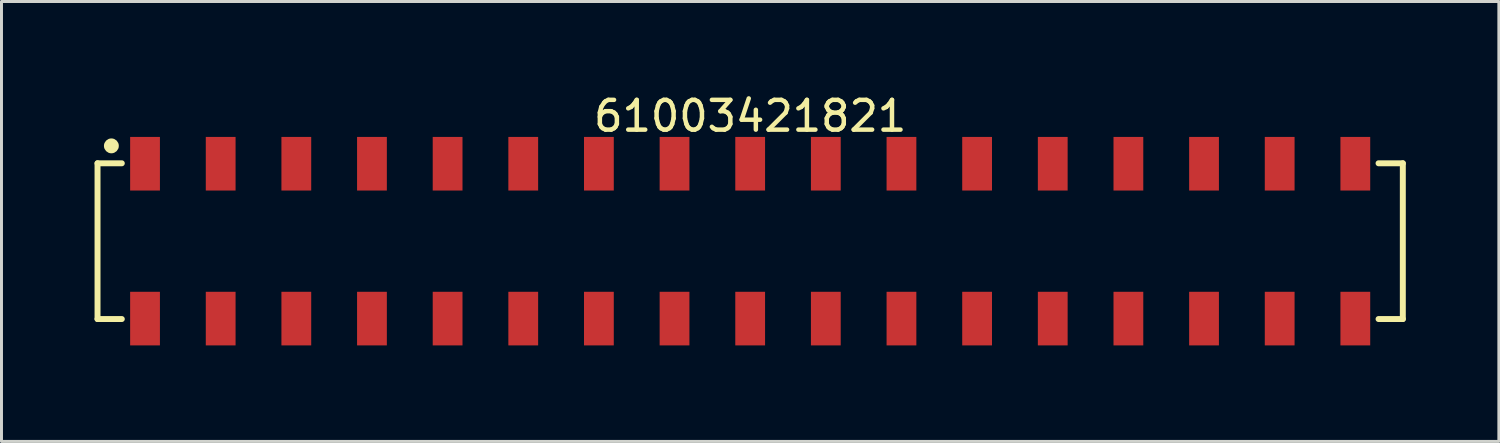
<source format=kicad_pcb>
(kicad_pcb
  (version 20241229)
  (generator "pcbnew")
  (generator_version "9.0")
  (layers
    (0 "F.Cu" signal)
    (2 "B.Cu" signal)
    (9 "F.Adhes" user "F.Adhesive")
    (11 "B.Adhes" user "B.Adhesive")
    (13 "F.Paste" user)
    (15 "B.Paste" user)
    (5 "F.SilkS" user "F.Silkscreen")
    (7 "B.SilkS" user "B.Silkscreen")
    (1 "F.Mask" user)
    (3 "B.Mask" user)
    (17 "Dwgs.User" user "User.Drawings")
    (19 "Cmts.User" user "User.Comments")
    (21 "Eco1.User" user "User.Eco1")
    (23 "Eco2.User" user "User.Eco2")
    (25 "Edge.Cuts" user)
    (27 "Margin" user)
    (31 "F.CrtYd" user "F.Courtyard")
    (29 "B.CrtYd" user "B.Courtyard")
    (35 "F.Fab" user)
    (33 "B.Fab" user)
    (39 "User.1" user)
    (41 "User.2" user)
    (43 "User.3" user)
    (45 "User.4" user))
  (footprint "61003421821"
    (layer "F.Cu")
    (at 22.14 5.048)
    (property "Reference" "61003421821" (at 0 -4.2 0) (layer "F.SilkS") (effects (font (size 1 1) (thickness 0.15))))
    (fp_line (start -21.915 -2.615) (end -21.1 -2.615) (stroke (width 0.2) (type solid)) (layer "F.SilkS"))
    (fp_line (start -21.915 2.615) (end -21.915 -2.615) (stroke (width 0.2) (type solid)) (layer "F.SilkS"))
    (fp_line (start -21.915 2.615) (end -21.1 2.615) (stroke (width 0.2) (type solid)) (layer "F.SilkS"))
    (fp_line (start 21.1 -2.615) (end 21.915 -2.615) (stroke (width 0.2) (type solid)) (layer "F.SilkS"))
    (fp_line (start 21.1 2.615) (end 21.915 2.615) (stroke (width 0.2) (type solid)) (layer "F.SilkS"))
    (fp_line (start 21.915 2.615) (end 21.915 -2.615) (stroke (width 0.2) (type solid)) (layer "F.SilkS"))
    (fp_circle (center -21.45 -3.2) (end -21.45 -3.325) (stroke (width 0.25) (type solid)) (fill no) (layer "F.SilkS"))
    (fp_line (start -22.115 -3.7) (end 22.115 -3.7) (stroke (width 0.05) (type solid)) (layer "Eco2.User"))
    (fp_line (start -22.115 3.7) (end -22.115 -3.7) (stroke (width 0.05) (type solid)) (layer "Eco2.User"))
    (fp_line (start -22.115 3.7) (end 22.115 3.7) (stroke (width 0.05) (type solid)) (layer "Eco2.User"))
    (fp_line (start -21.84 -2.54) (end 21.84 -2.54) (stroke (width 0.1) (type solid)) (layer "Eco2.User"))
    (fp_line (start -21.84 2.54) (end -21.84 -2.54) (stroke (width 0.1) (type solid)) (layer "Eco2.User"))
    (fp_line (start -21.84 2.54) (end 21.84 2.54) (stroke (width 0.1) (type solid)) (layer "Eco2.User"))
    (fp_line (start -20.64 -3.35) (end -20 -3.35) (stroke (width 0.1) (type solid)) (layer "Eco2.User"))
    (fp_line (start -20.64 -2.54) (end -20.64 -3.35) (stroke (width 0.1) (type solid)) (layer "Eco2.User"))
    (fp_line (start -20.64 3.35) (end -20.64 2.54) (stroke (width 0.1) (type solid)) (layer "Eco2.User"))
    (fp_line (start -20.64 3.35) (end -20 3.35) (stroke (width 0.1) (type solid)) (layer "Eco2.User"))
    (fp_line (start -20 -2.54) (end -20 -3.35) (stroke (width 0.1) (type solid)) (layer "Eco2.User"))
    (fp_line (start -20 3.35) (end -20 2.54) (stroke (width 0.1) (type solid)) (layer "Eco2.User"))
    (fp_line (start -18.1 -3.35) (end -17.46 -3.35) (stroke (width 0.1) (type solid)) (layer "Eco2.User"))
    (fp_line (start -18.1 -2.54) (end -18.1 -3.35) (stroke (width 0.1) (type solid)) (layer "Eco2.User"))
    (fp_line (start -18.1 3.35) (end -18.1 2.54) (stroke (width 0.1) (type solid)) (layer "Eco2.User"))
    (fp_line (start -18.1 3.35) (end -17.46 3.35) (stroke (width 0.1) (type solid)) (layer "Eco2.User"))
    (fp_line (start -17.46 -2.54) (end -17.46 -3.35) (stroke (width 0.1) (type solid)) (layer "Eco2.User"))
    (fp_line (start -17.46 3.35) (end -17.46 2.54) (stroke (width 0.1) (type solid)) (layer "Eco2.User"))
    (fp_line (start -15.56 -3.35) (end -14.92 -3.35) (stroke (width 0.1) (type solid)) (layer "Eco2.User"))
    (fp_line (start -15.56 -2.54) (end -15.56 -3.35) (stroke (width 0.1) (type solid)) (layer "Eco2.User"))
    (fp_line (start -15.56 3.35) (end -15.56 2.54) (stroke (width 0.1) (type solid)) (layer "Eco2.User"))
    (fp_line (start -15.56 3.35) (end -14.92 3.35) (stroke (width 0.1) (type solid)) (layer "Eco2.User"))
    (fp_line (start -14.92 -2.54) (end -14.92 -3.35) (stroke (width 0.1) (type solid)) (layer "Eco2.User"))
    (fp_line (start -14.92 3.35) (end -14.92 2.54) (stroke (width 0.1) (type solid)) (layer "Eco2.User"))
    (fp_line (start -13.02 -3.35) (end -12.38 -3.35) (stroke (width 0.1) (type solid)) (layer "Eco2.User"))
    (fp_line (start -13.02 -2.54) (end -13.02 -3.35) (stroke (width 0.1) (type solid)) (layer "Eco2.User"))
    (fp_line (start -13.02 3.35) (end -13.02 2.54) (stroke (width 0.1) (type solid)) (layer "Eco2.User"))
    (fp_line (start -13.02 3.35) (end -12.38 3.35) (stroke (width 0.1) (type solid)) (layer "Eco2.User"))
    (fp_line (start -12.38 -2.54) (end -12.38 -3.35) (stroke (width 0.1) (type solid)) (layer "Eco2.User"))
    (fp_line (start -12.38 3.35) (end -12.38 2.54) (stroke (width 0.1) (type solid)) (layer "Eco2.User"))
    (fp_line (start -10.48 -3.35) (end -9.84 -3.35) (stroke (width 0.1) (type solid)) (layer "Eco2.User"))
    (fp_line (start -10.48 -2.54) (end -10.48 -3.35) (stroke (width 0.1) (type solid)) (layer "Eco2.User"))
    (fp_line (start -10.48 3.35) (end -10.48 2.54) (stroke (width 0.1) (type solid)) (layer "Eco2.User"))
    (fp_line (start -10.48 3.35) (end -9.84 3.35) (stroke (width 0.1) (type solid)) (layer "Eco2.User"))
    (fp_line (start -9.84 -2.54) (end -9.84 -3.35) (stroke (width 0.1) (type solid)) (layer "Eco2.User"))
    (fp_line (start -9.84 3.35) (end -9.84 2.54) (stroke (width 0.1) (type solid)) (layer "Eco2.User"))
    (fp_line (start -7.94 -3.35) (end -7.3 -3.35) (stroke (width 0.1) (type solid)) (layer "Eco2.User"))
    (fp_line (start -7.94 -2.54) (end -7.94 -3.35) (stroke (width 0.1) (type solid)) (layer "Eco2.User"))
    (fp_line (start -7.94 3.35) (end -7.94 2.54) (stroke (width 0.1) (type solid)) (layer "Eco2.User"))
    (fp_line (start -7.94 3.35) (end -7.3 3.35) (stroke (width 0.1) (type solid)) (layer "Eco2.User"))
    (fp_line (start -7.3 -2.54) (end -7.3 -3.35) (stroke (width 0.1) (type solid)) (layer "Eco2.User"))
    (fp_line (start -7.3 3.35) (end -7.3 2.54) (stroke (width 0.1) (type solid)) (layer "Eco2.User"))
    (fp_line (start -5.4 -3.35) (end -4.76 -3.35) (stroke (width 0.1) (type solid)) (layer "Eco2.User"))
    (fp_line (start -5.4 -2.54) (end -5.4 -3.35) (stroke (width 0.1) (type solid)) (layer "Eco2.User"))
    (fp_line (start -5.4 3.35) (end -5.4 2.54) (stroke (width 0.1) (type solid)) (layer "Eco2.User"))
    (fp_line (start -5.4 3.35) (end -4.76 3.35) (stroke (width 0.1) (type solid)) (layer "Eco2.User"))
    (fp_line (start -4.76 -2.54) (end -4.76 -3.35) (stroke (width 0.1) (type solid)) (layer "Eco2.User"))
    (fp_line (start -4.76 3.35) (end -4.76 2.54) (stroke (width 0.1) (type solid)) (layer "Eco2.User"))
    (fp_line (start -2.86 -3.35) (end -2.22 -3.35) (stroke (width 0.1) (type solid)) (layer "Eco2.User"))
    (fp_line (start -2.86 -2.54) (end -2.86 -3.35) (stroke (width 0.1) (type solid)) (layer "Eco2.User"))
    (fp_line (start -2.86 3.35) (end -2.86 2.54) (stroke (width 0.1) (type solid)) (layer "Eco2.User"))
    (fp_line (start -2.86 3.35) (end -2.22 3.35) (stroke (width 0.1) (type solid)) (layer "Eco2.User"))
    (fp_line (start -2.22 -2.54) (end -2.22 -3.35) (stroke (width 0.1) (type solid)) (layer "Eco2.User"))
    (fp_line (start -2.22 3.35) (end -2.22 2.54) (stroke (width 0.1) (type solid)) (layer "Eco2.User"))
    (fp_line (start -0.5 0) (end 0.5 0) (stroke (width 0.05) (type solid)) (layer "Eco2.User"))
    (fp_line (start -0.32 -3.35) (end 0.32 -3.35) (stroke (width 0.1) (type solid)) (layer "Eco2.User"))
    (fp_line (start -0.32 -2.54) (end -0.32 -3.35) (stroke (width 0.1) (type solid)) (layer "Eco2.User"))
    (fp_line (start -0.32 3.35) (end -0.32 2.54) (stroke (width 0.1) (type solid)) (layer "Eco2.User"))
    (fp_line (start -0.32 3.35) (end 0.32 3.35) (stroke (width 0.1) (type solid)) (layer "Eco2.User"))
    (fp_line (start 0 0.5) (end 0 -0.5) (stroke (width 0.05) (type solid)) (layer "Eco2.User"))
    (fp_line (start 0.32 -2.54) (end 0.32 -3.35) (stroke (width 0.1) (type solid)) (layer "Eco2.User"))
    (fp_line (start 0.32 3.35) (end 0.32 2.54) (stroke (width 0.1) (type solid)) (layer "Eco2.User"))
    (fp_line (start 2.22 -3.35) (end 2.86 -3.35) (stroke (width 0.1) (type solid)) (layer "Eco2.User"))
    (fp_line (start 2.22 -2.54) (end 2.22 -3.35) (stroke (width 0.1) (type solid)) (layer "Eco2.User"))
    (fp_line (start 2.22 3.35) (end 2.22 2.54) (stroke (width 0.1) (type solid)) (layer "Eco2.User"))
    (fp_line (start 2.22 3.35) (end 2.86 3.35) (stroke (width 0.1) (type solid)) (layer "Eco2.User"))
    (fp_line (start 2.86 -2.54) (end 2.86 -3.35) (stroke (width 0.1) (type solid)) (layer "Eco2.User"))
    (fp_line (start 2.86 3.35) (end 2.86 2.54) (stroke (width 0.1) (type solid)) (layer "Eco2.User"))
    (fp_line (start 4.76 -3.35) (end 5.4 -3.35) (stroke (width 0.1) (type solid)) (layer "Eco2.User"))
    (fp_line (start 4.76 -2.54) (end 4.76 -3.35) (stroke (width 0.1) (type solid)) (layer "Eco2.User"))
    (fp_line (start 4.76 3.35) (end 4.76 2.54) (stroke (width 0.1) (type solid)) (layer "Eco2.User"))
    (fp_line (start 4.76 3.35) (end 5.4 3.35) (stroke (width 0.1) (type solid)) (layer "Eco2.User"))
    (fp_line (start 5.4 -2.54) (end 5.4 -3.35) (stroke (width 0.1) (type solid)) (layer "Eco2.User"))
    (fp_line (start 5.4 3.35) (end 5.4 2.54) (stroke (width 0.1) (type solid)) (layer "Eco2.User"))
    (fp_line (start 7.3 -3.35) (end 7.94 -3.35) (stroke (width 0.1) (type solid)) (layer "Eco2.User"))
    (fp_line (start 7.3 -2.54) (end 7.3 -3.35) (stroke (width 0.1) (type solid)) (layer "Eco2.User"))
    (fp_line (start 7.3 3.35) (end 7.3 2.54) (stroke (width 0.1) (type solid)) (layer "Eco2.User"))
    (fp_line (start 7.3 3.35) (end 7.94 3.35) (stroke (width 0.1) (type solid)) (layer "Eco2.User"))
    (fp_line (start 7.94 -2.54) (end 7.94 -3.35) (stroke (width 0.1) (type solid)) (layer "Eco2.User"))
    (fp_line (start 7.94 3.35) (end 7.94 2.54) (stroke (width 0.1) (type solid)) (layer "Eco2.User"))
    (fp_line (start 9.84 -3.35) (end 10.48 -3.35) (stroke (width 0.1) (type solid)) (layer "Eco2.User"))
    (fp_line (start 9.84 -2.54) (end 9.84 -3.35) (stroke (width 0.1) (type solid)) (layer "Eco2.User"))
    (fp_line (start 9.84 3.35) (end 9.84 2.54) (stroke (width 0.1) (type solid)) (layer "Eco2.User"))
    (fp_line (start 9.84 3.35) (end 10.48 3.35) (stroke (width 0.1) (type solid)) (layer "Eco2.User"))
    (fp_line (start 10.48 -2.54) (end 10.48 -3.35) (stroke (width 0.1) (type solid)) (layer "Eco2.User"))
    (fp_line (start 10.48 3.35) (end 10.48 2.54) (stroke (width 0.1) (type solid)) (layer "Eco2.User"))
    (fp_line (start 12.38 -3.35) (end 13.02 -3.35) (stroke (width 0.1) (type solid)) (layer "Eco2.User"))
    (fp_line (start 12.38 -2.54) (end 12.38 -3.35) (stroke (width 0.1) (type solid)) (layer "Eco2.User"))
    (fp_line (start 12.38 3.35) (end 12.38 2.54) (stroke (width 0.1) (type solid)) (layer "Eco2.User"))
    (fp_line (start 12.38 3.35) (end 13.02 3.35) (stroke (width 0.1) (type solid)) (layer "Eco2.User"))
    (fp_line (start 13.02 -2.54) (end 13.02 -3.35) (stroke (width 0.1) (type solid)) (layer "Eco2.User"))
    (fp_line (start 13.02 3.35) (end 13.02 2.54) (stroke (width 0.1) (type solid)) (layer "Eco2.User"))
    (fp_line (start 14.92 -3.35) (end 15.56 -3.35) (stroke (width 0.1) (type solid)) (layer "Eco2.User"))
    (fp_line (start 14.92 -2.54) (end 14.92 -3.35) (stroke (width 0.1) (type solid)) (layer "Eco2.User"))
    (fp_line (start 14.92 3.35) (end 14.92 2.54) (stroke (width 0.1) (type solid)) (layer "Eco2.User"))
    (fp_line (start 14.92 3.35) (end 15.56 3.35) (stroke (width 0.1) (type solid)) (layer "Eco2.User"))
    (fp_line (start 15.56 -2.54) (end 15.56 -3.35) (stroke (width 0.1) (type solid)) (layer "Eco2.User"))
    (fp_line (start 15.56 3.35) (end 15.56 2.54) (stroke (width 0.1) (type solid)) (layer "Eco2.User"))
    (fp_line (start 17.46 -3.35) (end 18.1 -3.35) (stroke (width 0.1) (type solid)) (layer "Eco2.User"))
    (fp_line (start 17.46 -2.54) (end 17.46 -3.35) (stroke (width 0.1) (type solid)) (layer "Eco2.User"))
    (fp_line (start 17.46 3.35) (end 17.46 2.54) (stroke (width 0.1) (type solid)) (layer "Eco2.User"))
    (fp_line (start 17.46 3.35) (end 18.1 3.35) (stroke (width 0.1) (type solid)) (layer "Eco2.User"))
    (fp_line (start 18.1 -2.54) (end 18.1 -3.35) (stroke (width 0.1) (type solid)) (layer "Eco2.User"))
    (fp_line (start 18.1 3.35) (end 18.1 2.54) (stroke (width 0.1) (type solid)) (layer "Eco2.User"))
    (fp_line (start 20 -3.35) (end 20.64 -3.35) (stroke (width 0.1) (type solid)) (layer "Eco2.User"))
    (fp_line (start 20 -2.54) (end 20 -3.35) (stroke (width 0.1) (type solid)) (layer "Eco2.User"))
    (fp_line (start 20 3.35) (end 20 2.54) (stroke (width 0.1) (type solid)) (layer "Eco2.User"))
    (fp_line (start 20 3.35) (end 20.64 3.35) (stroke (width 0.1) (type solid)) (layer "Eco2.User"))
    (fp_line (start 20.64 -2.54) (end 20.64 -3.35) (stroke (width 0.1) (type solid)) (layer "Eco2.User"))
    (fp_line (start 20.64 3.35) (end 20.64 2.54) (stroke (width 0.1) (type solid)) (layer "Eco2.User"))
    (fp_line (start 21.84 2.54) (end 21.84 -2.54) (stroke (width 0.1) (type solid)) (layer "Eco2.User"))
    (fp_line (start 22.115 3.7) (end 22.115 -3.7) (stroke (width 0.05) (type solid)) (layer "Eco2.User"))
    (fp_text user "${REFERENCE}" (at 0.15 -0.197 0) (unlocked yes) (layer "User.3") (effects (font (size 1.5 1.5) (thickness 0.15))))
    (pad "1" smd rect (at -20.32 -2.6) (size 1 1.8) (layers "F.Cu" "F.Mask" "F.Paste"))
    (pad "2" smd rect (at -20.32 2.6) (size 1 1.8) (layers "F.Cu" "F.Mask" "F.Paste"))
    (pad "3" smd rect (at -17.78 -2.6) (size 1 1.8) (layers "F.Cu" "F.Mask" "F.Paste"))
    (pad "4" smd rect (at -17.78 2.6) (size 1 1.8) (layers "F.Cu" "F.Mask" "F.Paste"))
    (pad "5" smd rect (at -15.24 -2.6) (size 1 1.8) (layers "F.Cu" "F.Mask" "F.Paste"))
    (pad "6" smd rect (at -15.24 2.6) (size 1 1.8) (layers "F.Cu" "F.Mask" "F.Paste"))
    (pad "7" smd rect (at -12.7 -2.6) (size 1 1.8) (layers "F.Cu" "F.Mask" "F.Paste"))
    (pad "8" smd rect (at -12.7 2.6) (size 1 1.8) (layers "F.Cu" "F.Mask" "F.Paste"))
    (pad "9" smd rect (at -10.16 -2.6) (size 1 1.8) (layers "F.Cu" "F.Mask" "F.Paste"))
    (pad "10" smd rect (at -10.16 2.6) (size 1 1.8) (layers "F.Cu" "F.Mask" "F.Paste"))
    (pad "11" smd rect (at -7.62 -2.6) (size 1 1.8) (layers "F.Cu" "F.Mask" "F.Paste"))
    (pad "12" smd rect (at -7.62 2.6) (size 1 1.8) (layers "F.Cu" "F.Mask" "F.Paste"))
    (pad "13" smd rect (at -5.08 -2.6) (size 1 1.8) (layers "F.Cu" "F.Mask" "F.Paste"))
    (pad "14" smd rect (at -5.08 2.6) (size 1 1.8) (layers "F.Cu" "F.Mask" "F.Paste"))
    (pad "15" smd rect (at -2.54 -2.6) (size 1 1.8) (layers "F.Cu" "F.Mask" "F.Paste"))
    (pad "16" smd rect (at -2.54 2.6) (size 1 1.8) (layers "F.Cu" "F.Mask" "F.Paste"))
    (pad "17" smd rect (at 0 -2.6) (size 1 1.8) (layers "F.Cu" "F.Mask" "F.Paste"))
    (pad "18" smd rect (at 0 2.6) (size 1 1.8) (layers "F.Cu" "F.Mask" "F.Paste"))
    (pad "19" smd rect (at 2.54 -2.6) (size 1 1.8) (layers "F.Cu" "F.Mask" "F.Paste"))
    (pad "20" smd rect (at 2.54 2.6) (size 1 1.8) (layers "F.Cu" "F.Mask" "F.Paste"))
    (pad "21" smd rect (at 5.08 -2.6) (size 1 1.8) (layers "F.Cu" "F.Mask" "F.Paste"))
    (pad "22" smd rect (at 5.08 2.6) (size 1 1.8) (layers "F.Cu" "F.Mask" "F.Paste"))
    (pad "23" smd rect (at 7.62 -2.6) (size 1 1.8) (layers "F.Cu" "F.Mask" "F.Paste"))
    (pad "24" smd rect (at 7.62 2.6) (size 1 1.8) (layers "F.Cu" "F.Mask" "F.Paste"))
    (pad "25" smd rect (at 10.16 -2.6) (size 1 1.8) (layers "F.Cu" "F.Mask" "F.Paste"))
    (pad "26" smd rect (at 10.16 2.6) (size 1 1.8) (layers "F.Cu" "F.Mask" "F.Paste"))
    (pad "27" smd rect (at 12.7 -2.6) (size 1 1.8) (layers "F.Cu" "F.Mask" "F.Paste"))
    (pad "28" smd rect (at 12.7 2.6) (size 1 1.8) (layers "F.Cu" "F.Mask" "F.Paste"))
    (pad "29" smd rect (at 15.24 -2.6) (size 1 1.8) (layers "F.Cu" "F.Mask" "F.Paste"))
    (pad "30" smd rect (at 15.24 2.6) (size 1 1.8) (layers "F.Cu" "F.Mask" "F.Paste"))
    (pad "31" smd rect (at 17.78 -2.6) (size 1 1.8) (layers "F.Cu" "F.Mask" "F.Paste"))
    (pad "32" smd rect (at 17.78 2.6) (size 1 1.8) (layers "F.Cu" "F.Mask" "F.Paste"))
    (pad "33" smd rect (at 20.32 -2.6) (size 1 1.8) (layers "F.Cu" "F.Mask" "F.Paste"))
    (pad "34" smd rect (at 20.32 2.6) (size 1 1.8) (layers "F.Cu" "F.Mask" "F.Paste")))
  (gr_rect
    (start -3 -3)
    (end 47.28 11.773)
    (stroke (width 0.1) (type default))
    (fill no)
    (layer "Edge.Cuts")))
</source>
